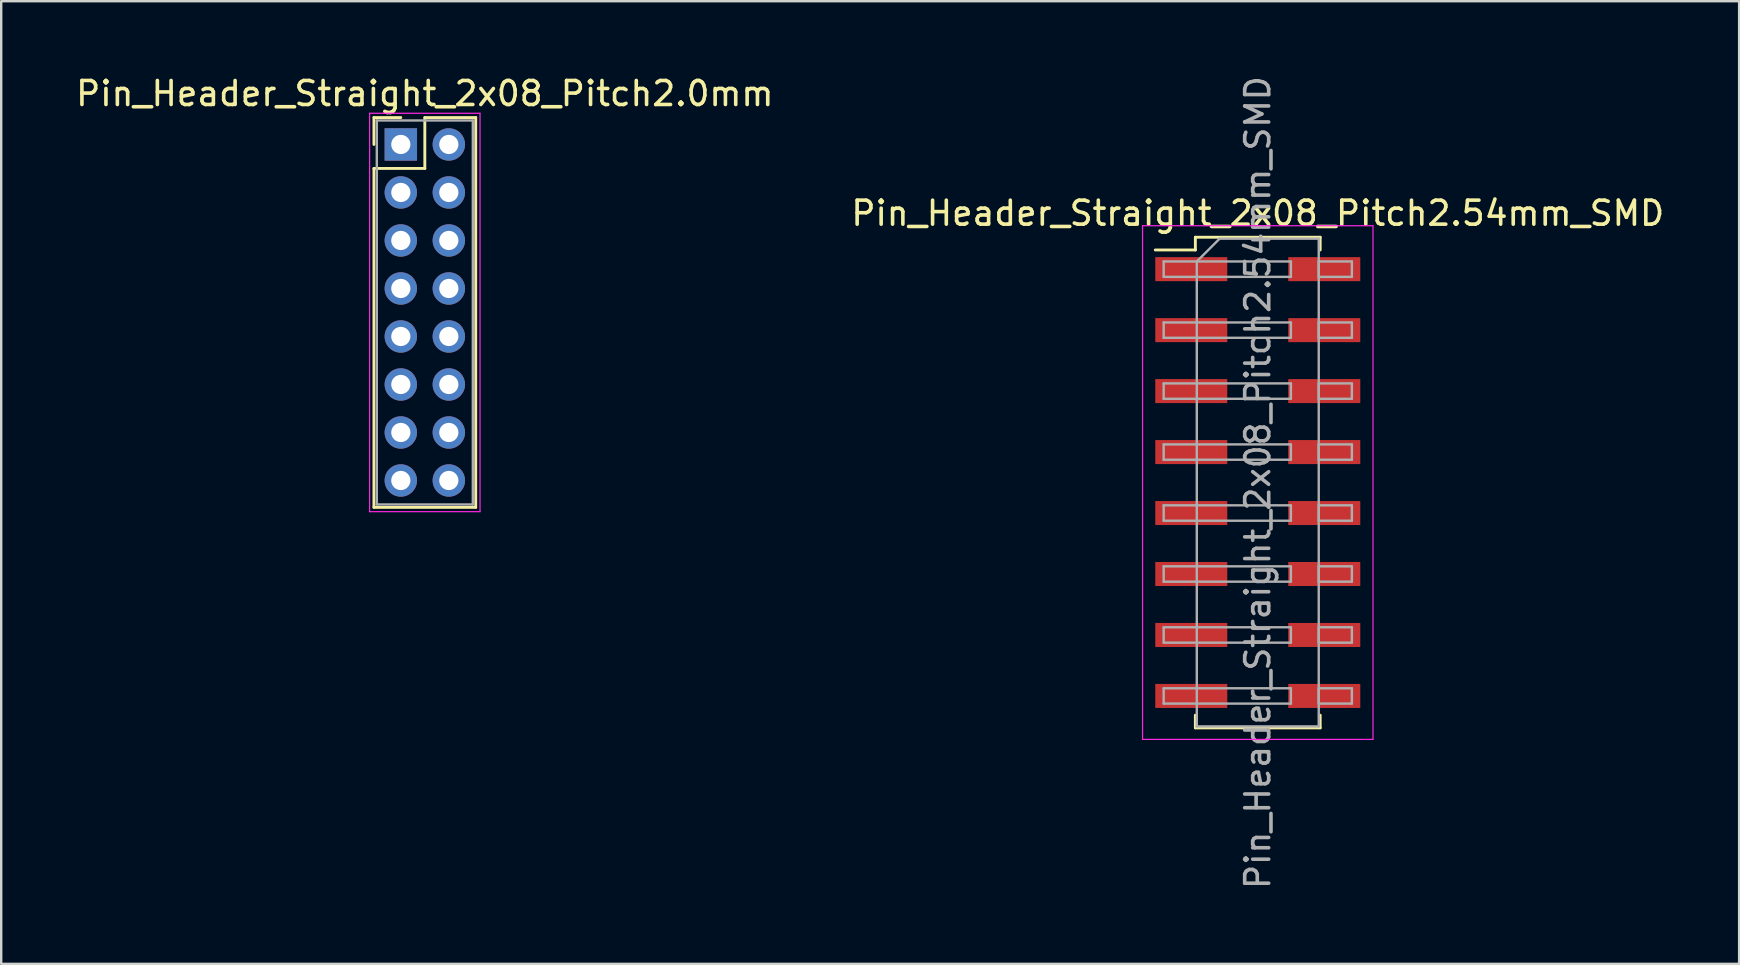
<source format=kicad_pcb>
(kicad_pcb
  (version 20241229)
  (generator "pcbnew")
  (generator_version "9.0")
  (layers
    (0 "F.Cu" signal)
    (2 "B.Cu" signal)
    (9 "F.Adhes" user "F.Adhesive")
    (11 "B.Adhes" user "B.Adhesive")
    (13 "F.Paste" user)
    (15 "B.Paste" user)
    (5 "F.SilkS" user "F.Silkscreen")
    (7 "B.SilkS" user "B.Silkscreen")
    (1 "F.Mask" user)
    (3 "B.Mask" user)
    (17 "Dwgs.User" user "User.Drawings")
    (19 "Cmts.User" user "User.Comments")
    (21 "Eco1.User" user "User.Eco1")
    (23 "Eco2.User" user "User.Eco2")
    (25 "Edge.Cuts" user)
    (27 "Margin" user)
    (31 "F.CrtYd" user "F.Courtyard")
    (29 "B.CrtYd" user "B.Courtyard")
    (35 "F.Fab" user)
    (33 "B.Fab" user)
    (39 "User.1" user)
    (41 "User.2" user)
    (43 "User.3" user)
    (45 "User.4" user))
  (footprint "Pin_Header_Straight_2x08_Pitch2.0mm"
    (layer "F.Cu")
    (at 13.649 2.968)
    (property "Reference" "Pin_Header_Straight_2x08_Pitch2.0mm" (at 1 -2.12 0) (layer "F.SilkS") (effects (font (size 1 1) (thickness 0.15))))
    (attr through_hole)
    (fp_line (start -1.12 -1.12) (end 0 -1.12) (stroke (width 0.12) (type solid)) (layer "F.SilkS"))
    (fp_line (start -1.12 0) (end -1.12 -1.12) (stroke (width 0.12) (type solid)) (layer "F.SilkS"))
    (fp_line (start -1.12 1) (end -1.12 15.12) (stroke (width 0.12) (type solid)) (layer "F.SilkS"))
    (fp_line (start -1.12 15.12) (end 3.12 15.12) (stroke (width 0.12) (type solid)) (layer "F.SilkS"))
    (fp_line (start 1 -1.12) (end 1 1) (stroke (width 0.12) (type solid)) (layer "F.SilkS"))
    (fp_line (start 1 1) (end -1.12 1) (stroke (width 0.12) (type solid)) (layer "F.SilkS"))
    (fp_line (start 3.12 -1.12) (end 1 -1.12) (stroke (width 0.12) (type solid)) (layer "F.SilkS"))
    (fp_line (start 3.12 15.12) (end 3.12 -1.12) (stroke (width 0.12) (type solid)) (layer "F.SilkS"))
    (fp_line (start -1.3 -1.3) (end -1.3 15.3) (stroke (width 0.05) (type solid)) (layer "F.CrtYd"))
    (fp_line (start -1.3 15.3) (end 3.3 15.3) (stroke (width 0.05) (type solid)) (layer "F.CrtYd"))
    (fp_line (start 3.3 -1.3) (end -1.3 -1.3) (stroke (width 0.05) (type solid)) (layer "F.CrtYd"))
    (fp_line (start 3.3 15.3) (end 3.3 -1.3) (stroke (width 0.05) (type solid)) (layer "F.CrtYd"))
    (fp_line (start -1 -1) (end -1 15) (stroke (width 0.1) (type solid)) (layer "F.Fab"))
    (fp_line (start -1 15) (end 3 15) (stroke (width 0.1) (type solid)) (layer "F.Fab"))
    (fp_line (start 3 -1) (end -1 -1) (stroke (width 0.1) (type solid)) (layer "F.Fab"))
    (fp_line (start 3 15) (end 3 -1) (stroke (width 0.1) (type solid)) (layer "F.Fab"))
    (pad "1" thru_hole rect (at 0 0) (size 1.35 1.35) (drill 0.8) (layers "*.Cu" "*.Mask"))
    (pad "2" thru_hole oval (at 2 0) (size 1.35 1.35) (drill 0.8) (layers "*.Cu" "*.Mask"))
    (pad "3" thru_hole oval (at 0 2) (size 1.35 1.35) (drill 0.8) (layers "*.Cu" "*.Mask"))
    (pad "4" thru_hole oval (at 2 2) (size 1.35 1.35) (drill 0.8) (layers "*.Cu" "*.Mask"))
    (pad "5" thru_hole oval (at 0 4) (size 1.35 1.35) (drill 0.8) (layers "*.Cu" "*.Mask"))
    (pad "6" thru_hole oval (at 2 4) (size 1.35 1.35) (drill 0.8) (layers "*.Cu" "*.Mask"))
    (pad "7" thru_hole oval (at 0 6) (size 1.35 1.35) (drill 0.8) (layers "*.Cu" "*.Mask"))
    (pad "8" thru_hole oval (at 2 6) (size 1.35 1.35) (drill 0.8) (layers "*.Cu" "*.Mask"))
    (pad "9" thru_hole oval (at 0 8) (size 1.35 1.35) (drill 0.8) (layers "*.Cu" "*.Mask"))
    (pad "10" thru_hole oval (at 2 8) (size 1.35 1.35) (drill 0.8) (layers "*.Cu" "*.Mask"))
    (pad "11" thru_hole oval (at 0 10) (size 1.35 1.35) (drill 0.8) (layers "*.Cu" "*.Mask"))
    (pad "12" thru_hole oval (at 2 10) (size 1.35 1.35) (drill 0.8) (layers "*.Cu" "*.Mask"))
    (pad "13" thru_hole oval (at 0 12) (size 1.35 1.35) (drill 0.8) (layers "*.Cu" "*.Mask"))
    (pad "14" thru_hole oval (at 2 12) (size 1.35 1.35) (drill 0.8) (layers "*.Cu" "*.Mask"))
    (pad "15" thru_hole oval (at 0 14) (size 1.35 1.35) (drill 0.8) (layers "*.Cu" "*.Mask"))
    (pad "16" thru_hole oval (at 2 14) (size 1.35 1.35) (drill 0.8) (layers "*.Cu" "*.Mask")))
  (footprint "Pin_Header_Straight_2x08_Pitch2.54mm_SMD"
    (layer "F.Cu")
    (at 49.351 17.054)
    (property "Reference" "Pin_Header_Straight_2x08_Pitch2.54mm_SMD" (at 0 -11.22 0) (layer "F.SilkS") (effects (font (size 1 1) (thickness 0.15))))
    (attr smd)
    (fp_line (start -4.27 -9.69) (end -2.6 -9.69) (stroke (width 0.12) (type solid)) (layer "F.SilkS"))
    (fp_line (start -2.6 -10.22) (end 2.6 -10.22) (stroke (width 0.12) (type solid)) (layer "F.SilkS"))
    (fp_line (start -2.6 -9.69) (end -2.6 -10.22) (stroke (width 0.12) (type solid)) (layer "F.SilkS"))
    (fp_line (start -2.6 9.69) (end -2.6 10.22) (stroke (width 0.12) (type solid)) (layer "F.SilkS"))
    (fp_line (start -2.6 10.22) (end 2.6 10.22) (stroke (width 0.12) (type solid)) (layer "F.SilkS"))
    (fp_line (start 2.6 -10.22) (end 2.6 -9.69) (stroke (width 0.12) (type solid)) (layer "F.SilkS"))
    (fp_line (start 2.6 10.22) (end 2.6 9.69) (stroke (width 0.12) (type solid)) (layer "F.SilkS"))
    (fp_line (start -4.8 -10.7) (end -4.8 10.7) (stroke (width 0.05) (type solid)) (layer "F.CrtYd"))
    (fp_line (start -4.8 10.7) (end 4.8 10.7) (stroke (width 0.05) (type solid)) (layer "F.CrtYd"))
    (fp_line (start 4.8 -10.7) (end -4.8 -10.7) (stroke (width 0.05) (type solid)) (layer "F.CrtYd"))
    (fp_line (start 4.8 10.7) (end 4.8 -10.7) (stroke (width 0.05) (type solid)) (layer "F.CrtYd"))
    (fp_line (start -3.92 -9.21) (end -3.92 -8.57) (stroke (width 0.1) (type solid)) (layer "F.Fab"))
    (fp_line (start -3.92 -8.57) (end -2.54 -8.57) (stroke (width 0.1) (type solid)) (layer "F.Fab"))
    (fp_line (start -3.92 -6.67) (end -3.92 -6.03) (stroke (width 0.1) (type solid)) (layer "F.Fab"))
    (fp_line (start -3.92 -6.03) (end -2.54 -6.03) (stroke (width 0.1) (type solid)) (layer "F.Fab"))
    (fp_line (start -3.92 -4.13) (end -3.92 -3.49) (stroke (width 0.1) (type solid)) (layer "F.Fab"))
    (fp_line (start -3.92 -3.49) (end -2.54 -3.49) (stroke (width 0.1) (type solid)) (layer "F.Fab"))
    (fp_line (start -3.92 -1.59) (end -3.92 -0.95) (stroke (width 0.1) (type solid)) (layer "F.Fab"))
    (fp_line (start -3.92 -0.95) (end -2.54 -0.95) (stroke (width 0.1) (type solid)) (layer "F.Fab"))
    (fp_line (start -3.92 0.95) (end -3.92 1.59) (stroke (width 0.1) (type solid)) (layer "F.Fab"))
    (fp_line (start -3.92 1.59) (end -2.54 1.59) (stroke (width 0.1) (type solid)) (layer "F.Fab"))
    (fp_line (start -3.92 3.49) (end -3.92 4.13) (stroke (width 0.1) (type solid)) (layer "F.Fab"))
    (fp_line (start -3.92 4.13) (end -2.54 4.13) (stroke (width 0.1) (type solid)) (layer "F.Fab"))
    (fp_line (start -3.92 6.03) (end -3.92 6.67) (stroke (width 0.1) (type solid)) (layer "F.Fab"))
    (fp_line (start -3.92 6.67) (end -2.54 6.67) (stroke (width 0.1) (type solid)) (layer "F.Fab"))
    (fp_line (start -3.92 8.57) (end -3.92 9.21) (stroke (width 0.1) (type solid)) (layer "F.Fab"))
    (fp_line (start -3.92 9.21) (end -2.54 9.21) (stroke (width 0.1) (type solid)) (layer "F.Fab"))
    (fp_line (start -2.54 -9.21) (end -3.92 -9.21) (stroke (width 0.1) (type solid)) (layer "F.Fab"))
    (fp_line (start -2.54 -9.21) (end -1.59 -10.16) (stroke (width 0.1) (type solid)) (layer "F.Fab"))
    (fp_line (start -2.54 -9.21) (end 1.38 -9.21) (stroke (width 0.1) (type solid)) (layer "F.Fab"))
    (fp_line (start -2.54 -6.67) (end -3.92 -6.67) (stroke (width 0.1) (type solid)) (layer "F.Fab"))
    (fp_line (start -2.54 -6.67) (end 1.38 -6.67) (stroke (width 0.1) (type solid)) (layer "F.Fab"))
    (fp_line (start -2.54 -4.13) (end -3.92 -4.13) (stroke (width 0.1) (type solid)) (layer "F.Fab"))
    (fp_line (start -2.54 -4.13) (end 1.38 -4.13) (stroke (width 0.1) (type solid)) (layer "F.Fab"))
    (fp_line (start -2.54 -1.59) (end -3.92 -1.59) (stroke (width 0.1) (type solid)) (layer "F.Fab"))
    (fp_line (start -2.54 -1.59) (end 1.38 -1.59) (stroke (width 0.1) (type solid)) (layer "F.Fab"))
    (fp_line (start -2.54 0.95) (end -3.92 0.95) (stroke (width 0.1) (type solid)) (layer "F.Fab"))
    (fp_line (start -2.54 0.95) (end 1.38 0.95) (stroke (width 0.1) (type solid)) (layer "F.Fab"))
    (fp_line (start -2.54 3.49) (end -3.92 3.49) (stroke (width 0.1) (type solid)) (layer "F.Fab"))
    (fp_line (start -2.54 3.49) (end 1.38 3.49) (stroke (width 0.1) (type solid)) (layer "F.Fab"))
    (fp_line (start -2.54 6.03) (end -3.92 6.03) (stroke (width 0.1) (type solid)) (layer "F.Fab"))
    (fp_line (start -2.54 6.03) (end 1.38 6.03) (stroke (width 0.1) (type solid)) (layer "F.Fab"))
    (fp_line (start -2.54 8.57) (end -3.92 8.57) (stroke (width 0.1) (type solid)) (layer "F.Fab"))
    (fp_line (start -2.54 8.57) (end 1.38 8.57) (stroke (width 0.1) (type solid)) (layer "F.Fab"))
    (fp_line (start -2.54 10.16) (end -2.54 -9.21) (stroke (width 0.1) (type solid)) (layer "F.Fab"))
    (fp_line (start -1.59 -10.16) (end 2.54 -10.16) (stroke (width 0.1) (type solid)) (layer "F.Fab"))
    (fp_line (start 1.38 -9.21) (end 1.38 -8.57) (stroke (width 0.1) (type solid)) (layer "F.Fab"))
    (fp_line (start 1.38 -8.57) (end -2.54 -8.57) (stroke (width 0.1) (type solid)) (layer "F.Fab"))
    (fp_line (start 1.38 -6.67) (end 1.38 -6.03) (stroke (width 0.1) (type solid)) (layer "F.Fab"))
    (fp_line (start 1.38 -6.03) (end -2.54 -6.03) (stroke (width 0.1) (type solid)) (layer "F.Fab"))
    (fp_line (start 1.38 -4.13) (end 1.38 -3.49) (stroke (width 0.1) (type solid)) (layer "F.Fab"))
    (fp_line (start 1.38 -3.49) (end -2.54 -3.49) (stroke (width 0.1) (type solid)) (layer "F.Fab"))
    (fp_line (start 1.38 -1.59) (end 1.38 -0.95) (stroke (width 0.1) (type solid)) (layer "F.Fab"))
    (fp_line (start 1.38 -0.95) (end -2.54 -0.95) (stroke (width 0.1) (type solid)) (layer "F.Fab"))
    (fp_line (start 1.38 0.95) (end 1.38 1.59) (stroke (width 0.1) (type solid)) (layer "F.Fab"))
    (fp_line (start 1.38 1.59) (end -2.54 1.59) (stroke (width 0.1) (type solid)) (layer "F.Fab"))
    (fp_line (start 1.38 3.49) (end 1.38 4.13) (stroke (width 0.1) (type solid)) (layer "F.Fab"))
    (fp_line (start 1.38 4.13) (end -2.54 4.13) (stroke (width 0.1) (type solid)) (layer "F.Fab"))
    (fp_line (start 1.38 6.03) (end 1.38 6.67) (stroke (width 0.1) (type solid)) (layer "F.Fab"))
    (fp_line (start 1.38 6.67) (end -2.54 6.67) (stroke (width 0.1) (type solid)) (layer "F.Fab"))
    (fp_line (start 1.38 8.57) (end 1.38 9.21) (stroke (width 0.1) (type solid)) (layer "F.Fab"))
    (fp_line (start 1.38 9.21) (end -2.54 9.21) (stroke (width 0.1) (type solid)) (layer "F.Fab"))
    (fp_line (start 2.54 -10.16) (end 2.54 10.16) (stroke (width 0.1) (type solid)) (layer "F.Fab"))
    (fp_line (start 2.54 -9.21) (end 2.54 -8.57) (stroke (width 0.1) (type solid)) (layer "F.Fab"))
    (fp_line (start 2.54 -8.57) (end 3.92 -8.57) (stroke (width 0.1) (type solid)) (layer "F.Fab"))
    (fp_line (start 2.54 -6.67) (end 2.54 -6.03) (stroke (width 0.1) (type solid)) (layer "F.Fab"))
    (fp_line (start 2.54 -6.03) (end 3.92 -6.03) (stroke (width 0.1) (type solid)) (layer "F.Fab"))
    (fp_line (start 2.54 -4.13) (end 2.54 -3.49) (stroke (width 0.1) (type solid)) (layer "F.Fab"))
    (fp_line (start 2.54 -3.49) (end 3.92 -3.49) (stroke (width 0.1) (type solid)) (layer "F.Fab"))
    (fp_line (start 2.54 -1.59) (end 2.54 -0.95) (stroke (width 0.1) (type solid)) (layer "F.Fab"))
    (fp_line (start 2.54 -0.95) (end 3.92 -0.95) (stroke (width 0.1) (type solid)) (layer "F.Fab"))
    (fp_line (start 2.54 0.95) (end 2.54 1.59) (stroke (width 0.1) (type solid)) (layer "F.Fab"))
    (fp_line (start 2.54 1.59) (end 3.92 1.59) (stroke (width 0.1) (type solid)) (layer "F.Fab"))
    (fp_line (start 2.54 3.49) (end 2.54 4.13) (stroke (width 0.1) (type solid)) (layer "F.Fab"))
    (fp_line (start 2.54 4.13) (end 3.92 4.13) (stroke (width 0.1) (type solid)) (layer "F.Fab"))
    (fp_line (start 2.54 6.03) (end 2.54 6.67) (stroke (width 0.1) (type solid)) (layer "F.Fab"))
    (fp_line (start 2.54 6.67) (end 3.92 6.67) (stroke (width 0.1) (type solid)) (layer "F.Fab"))
    (fp_line (start 2.54 8.57) (end 2.54 9.21) (stroke (width 0.1) (type solid)) (layer "F.Fab"))
    (fp_line (start 2.54 9.21) (end 3.92 9.21) (stroke (width 0.1) (type solid)) (layer "F.Fab"))
    (fp_line (start 2.54 10.16) (end -2.54 10.16) (stroke (width 0.1) (type solid)) (layer "F.Fab"))
    (fp_line (start 3.92 -9.21) (end 2.54 -9.21) (stroke (width 0.1) (type solid)) (layer "F.Fab"))
    (fp_line (start 3.92 -8.57) (end 3.92 -9.21) (stroke (width 0.1) (type solid)) (layer "F.Fab"))
    (fp_line (start 3.92 -6.67) (end 2.54 -6.67) (stroke (width 0.1) (type solid)) (layer "F.Fab"))
    (fp_line (start 3.92 -6.03) (end 3.92 -6.67) (stroke (width 0.1) (type solid)) (layer "F.Fab"))
    (fp_line (start 3.92 -4.13) (end 2.54 -4.13) (stroke (width 0.1) (type solid)) (layer "F.Fab"))
    (fp_line (start 3.92 -3.49) (end 3.92 -4.13) (stroke (width 0.1) (type solid)) (layer "F.Fab"))
    (fp_line (start 3.92 -1.59) (end 2.54 -1.59) (stroke (width 0.1) (type solid)) (layer "F.Fab"))
    (fp_line (start 3.92 -0.95) (end 3.92 -1.59) (stroke (width 0.1) (type solid)) (layer "F.Fab"))
    (fp_line (start 3.92 0.95) (end 2.54 0.95) (stroke (width 0.1) (type solid)) (layer "F.Fab"))
    (fp_line (start 3.92 1.59) (end 3.92 0.95) (stroke (width 0.1) (type solid)) (layer "F.Fab"))
    (fp_line (start 3.92 3.49) (end 2.54 3.49) (stroke (width 0.1) (type solid)) (layer "F.Fab"))
    (fp_line (start 3.92 4.13) (end 3.92 3.49) (stroke (width 0.1) (type solid)) (layer "F.Fab"))
    (fp_line (start 3.92 6.03) (end 2.54 6.03) (stroke (width 0.1) (type solid)) (layer "F.Fab"))
    (fp_line (start 3.92 6.67) (end 3.92 6.03) (stroke (width 0.1) (type solid)) (layer "F.Fab"))
    (fp_line (start 3.92 8.57) (end 2.54 8.57) (stroke (width 0.1) (type solid)) (layer "F.Fab"))
    (fp_line (start 3.92 9.21) (end 3.92 8.57) (stroke (width 0.1) (type solid)) (layer "F.Fab"))
    (fp_text user "${REFERENCE}" (at 0 0 90) (layer "F.Fab") (effects (font (size 1 1) (thickness 0.15))))
    (pad "1" smd rect (at -2.77 -8.89) (size 3 1) (layers "F.Cu" "F.Mask" "F.Paste"))
    (pad "2" smd rect (at 2.77 -8.89) (size 3 1) (layers "F.Cu" "F.Mask" "F.Paste"))
    (pad "3" smd rect (at -2.77 -6.35) (size 3 1) (layers "F.Cu" "F.Mask" "F.Paste"))
    (pad "4" smd rect (at 2.77 -6.35) (size 3 1) (layers "F.Cu" "F.Mask" "F.Paste"))
    (pad "5" smd rect (at -2.77 -3.81) (size 3 1) (layers "F.Cu" "F.Mask" "F.Paste"))
    (pad "6" smd rect (at 2.77 -3.81) (size 3 1) (layers "F.Cu" "F.Mask" "F.Paste"))
    (pad "7" smd rect (at -2.77 -1.27) (size 3 1) (layers "F.Cu" "F.Mask" "F.Paste"))
    (pad "8" smd rect (at 2.77 -1.27) (size 3 1) (layers "F.Cu" "F.Mask" "F.Paste"))
    (pad "9" smd rect (at -2.77 1.27) (size 3 1) (layers "F.Cu" "F.Mask" "F.Paste"))
    (pad "10" smd rect (at 2.77 1.27) (size 3 1) (layers "F.Cu" "F.Mask" "F.Paste"))
    (pad "11" smd rect (at -2.77 3.81) (size 3 1) (layers "F.Cu" "F.Mask" "F.Paste"))
    (pad "12" smd rect (at 2.77 3.81) (size 3 1) (layers "F.Cu" "F.Mask" "F.Paste"))
    (pad "13" smd rect (at -2.77 6.35) (size 3 1) (layers "F.Cu" "F.Mask" "F.Paste"))
    (pad "14" smd rect (at 2.77 6.35) (size 3 1) (layers "F.Cu" "F.Mask" "F.Paste"))
    (pad "15" smd rect (at -2.77 8.89) (size 3 1) (layers "F.Cu" "F.Mask" "F.Paste"))
    (pad "16" smd rect (at 2.77 8.89) (size 3 1) (layers "F.Cu" "F.Mask" "F.Paste")))
  (gr_rect
    (start -3 -3)
    (end 69.405 37.107)
    (stroke (width 0.1) (type default))
    (fill no)
    (layer "Edge.Cuts")))
</source>
